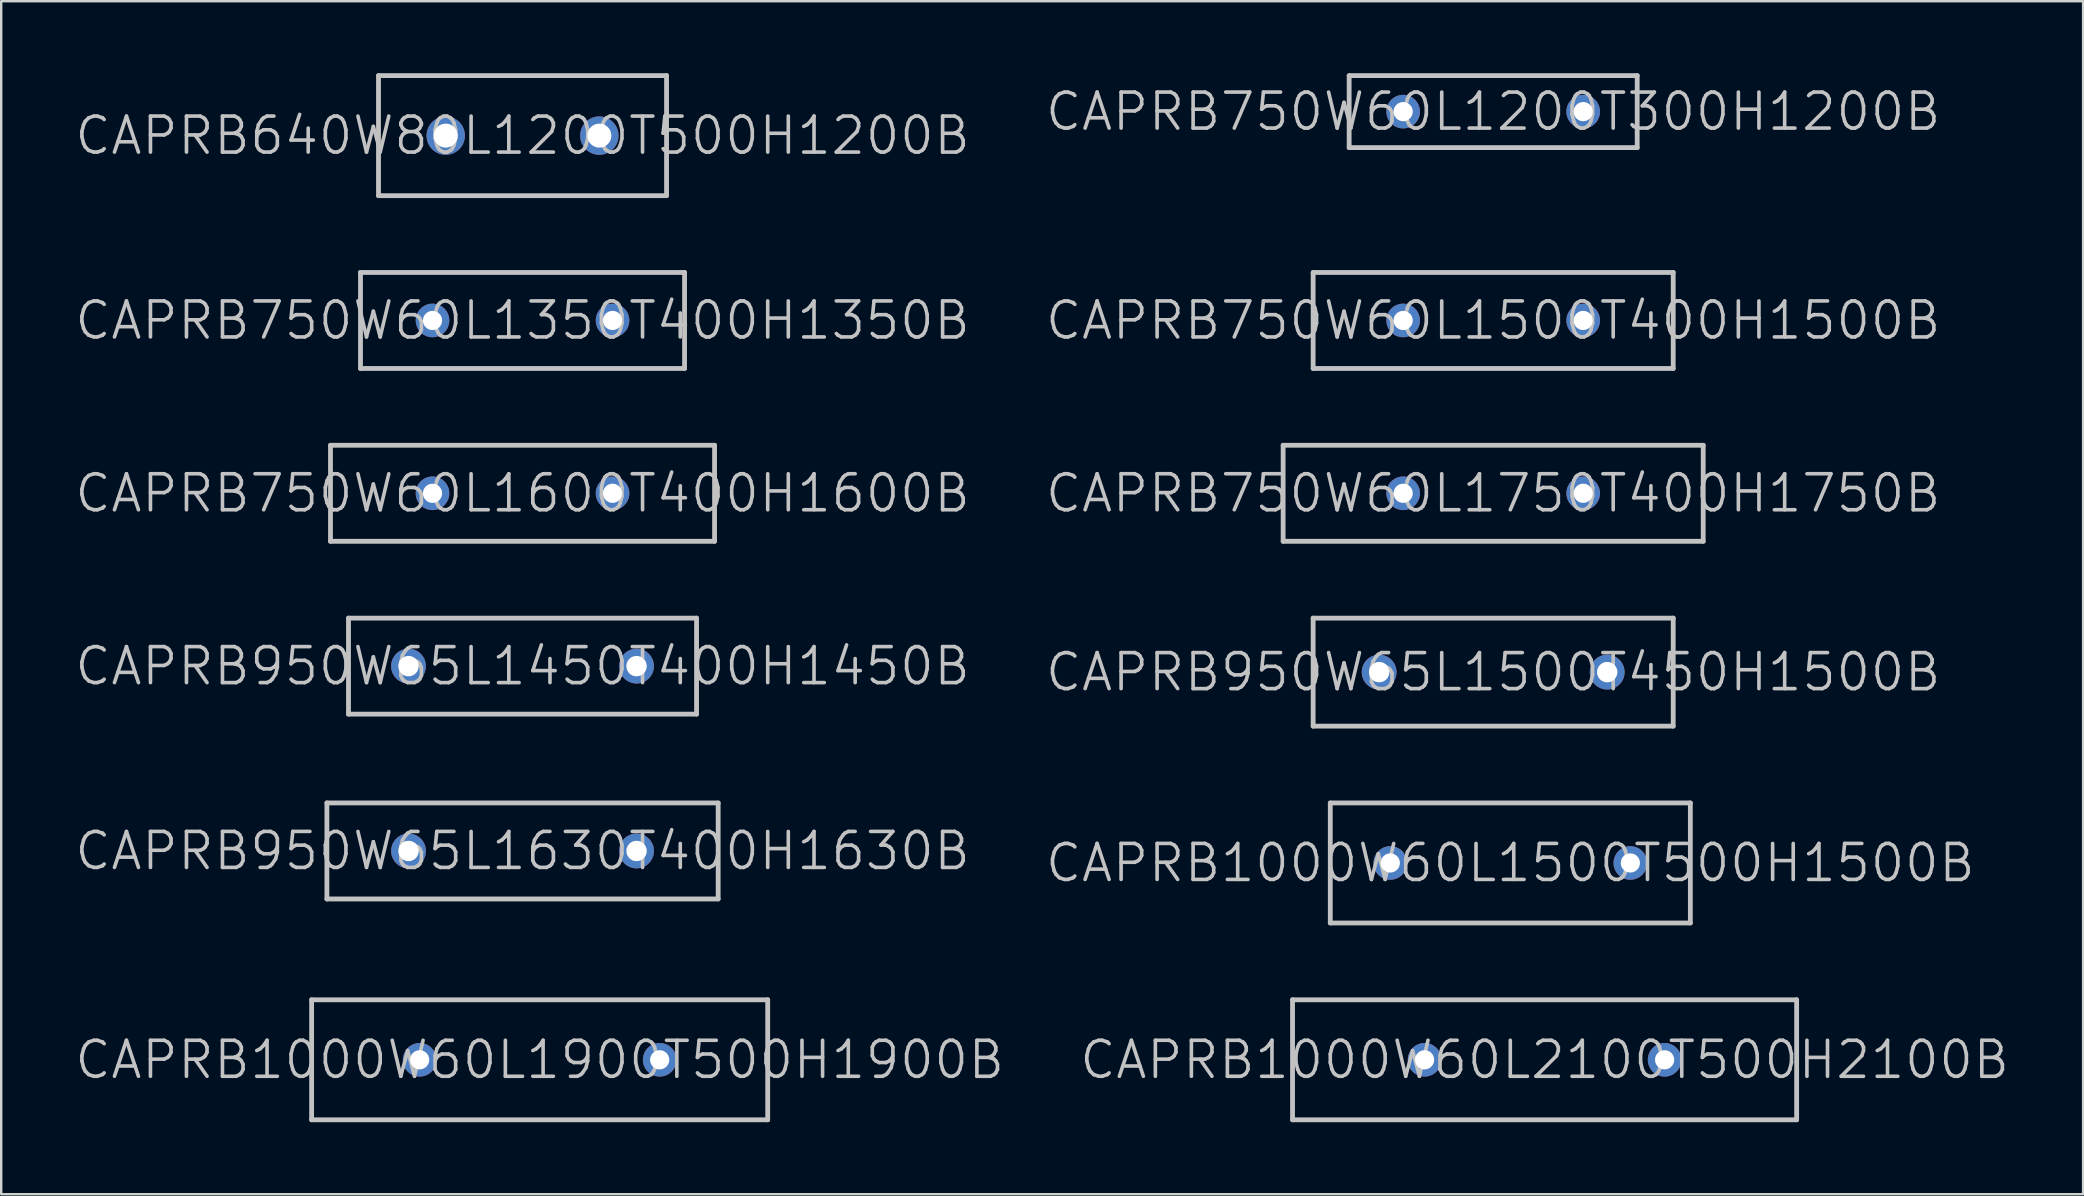
<source format=kicad_pcb>
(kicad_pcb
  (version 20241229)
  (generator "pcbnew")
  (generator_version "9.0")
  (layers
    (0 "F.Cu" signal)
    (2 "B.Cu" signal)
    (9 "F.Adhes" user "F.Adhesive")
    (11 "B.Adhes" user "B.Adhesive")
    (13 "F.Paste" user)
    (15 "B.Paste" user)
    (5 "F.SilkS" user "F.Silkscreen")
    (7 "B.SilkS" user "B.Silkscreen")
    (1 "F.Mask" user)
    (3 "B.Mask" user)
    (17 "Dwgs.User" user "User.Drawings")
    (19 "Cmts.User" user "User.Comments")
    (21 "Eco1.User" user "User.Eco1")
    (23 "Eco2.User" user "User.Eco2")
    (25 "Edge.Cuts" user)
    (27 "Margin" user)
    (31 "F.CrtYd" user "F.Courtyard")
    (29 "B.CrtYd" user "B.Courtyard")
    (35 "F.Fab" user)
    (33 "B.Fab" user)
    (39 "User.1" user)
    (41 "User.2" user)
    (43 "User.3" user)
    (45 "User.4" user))
  (footprint "CAPRB750W60L1350T400H1350B"
    (layer "F.Cu")
    (at 18.718 10.3)
    (property "Reference" "CAPRB750W60L1350T400H1350B" (at 0 0 0) (layer "Dwgs.User") (effects (font (size 1.5 1.5) (thickness 0.15))))
    (attr through_hole)
    (fp_line (start -6.75 -2) (end -6.75 2) (stroke (width 0.2) (type solid)) (layer "Dwgs.User"))
    (fp_line (start -6.75 -2) (end 6.75 -2) (stroke (width 0.2) (type solid)) (layer "Dwgs.User"))
    (fp_line (start -6.75 2) (end 6.75 2) (stroke (width 0.2) (type solid)) (layer "Dwgs.User"))
    (fp_line (start 6.75 -2) (end 6.75 2) (stroke (width 0.2) (type solid)) (layer "Dwgs.User"))
    (pad "1" thru_hole circle (at -3.75 0) (size 1.4 1.4) (drill 0.8) (layers "*.Cu" "*.Mask"))
    (pad "2" thru_hole circle (at 3.75 0) (size 1.4 1.4) (drill 0.8) (layers "*.Cu" "*.Mask")))
  (footprint "CAPRB750W60L1500T400H1500B"
    (layer "F.Cu")
    (at 59.154 10.3)
    (property "Reference" "CAPRB750W60L1500T400H1500B" (at 0 0 0) (layer "Dwgs.User") (effects (font (size 1.5 1.5) (thickness 0.15))))
    (attr through_hole)
    (fp_line (start -7.5 -2) (end -7.5 2) (stroke (width 0.2) (type solid)) (layer "Dwgs.User"))
    (fp_line (start -7.5 -2) (end 7.5 -2) (stroke (width 0.2) (type solid)) (layer "Dwgs.User"))
    (fp_line (start -7.5 2) (end 7.5 2) (stroke (width 0.2) (type solid)) (layer "Dwgs.User"))
    (fp_line (start 7.5 -2) (end 7.5 2) (stroke (width 0.2) (type solid)) (layer "Dwgs.User"))
    (pad "1" thru_hole circle (at -3.75 0) (size 1.4 1.4) (drill 0.8) (layers "*.Cu" "*.Mask"))
    (pad "2" thru_hole circle (at 3.75 0) (size 1.4 1.4) (drill 0.8) (layers "*.Cu" "*.Mask")))
  (footprint "CAPRB750W60L1200T300H1200B"
    (layer "F.Cu")
    (at 59.154 1.6)
    (property "Reference" "CAPRB750W60L1200T300H1200B" (at 0 0 0) (layer "Dwgs.User") (effects (font (size 1.5 1.5) (thickness 0.15))))
    (attr through_hole)
    (fp_line (start -6 -1.5) (end -6 1.5) (stroke (width 0.2) (type solid)) (layer "Dwgs.User"))
    (fp_line (start -6 -1.5) (end 6 -1.5) (stroke (width 0.2) (type solid)) (layer "Dwgs.User"))
    (fp_line (start -6 1.5) (end 6 1.5) (stroke (width 0.2) (type solid)) (layer "Dwgs.User"))
    (fp_line (start 6 -1.5) (end 6 1.5) (stroke (width 0.2) (type solid)) (layer "Dwgs.User"))
    (pad "1" thru_hole circle (at -3.75 0) (size 1.4 1.4) (drill 0.8) (layers "*.Cu" "*.Mask"))
    (pad "2" thru_hole circle (at 3.75 0) (size 1.4 1.4) (drill 0.8) (layers "*.Cu" "*.Mask")))
  (footprint "CAPRB950W65L1500T450H1500B"
    (layer "F.Cu")
    (at 59.154 24.95)
    (property "Reference" "CAPRB950W65L1500T450H1500B" (at 0 0 0) (layer "Dwgs.User") (effects (font (size 1.5 1.5) (thickness 0.15))))
    (attr through_hole)
    (fp_line (start -7.5 -2.25) (end -7.5 2.25) (stroke (width 0.2) (type solid)) (layer "Dwgs.User"))
    (fp_line (start -7.5 -2.25) (end 7.5 -2.25) (stroke (width 0.2) (type solid)) (layer "Dwgs.User"))
    (fp_line (start -7.5 2.25) (end 7.5 2.25) (stroke (width 0.2) (type solid)) (layer "Dwgs.User"))
    (fp_line (start 7.5 -2.25) (end 7.5 2.25) (stroke (width 0.2) (type solid)) (layer "Dwgs.User"))
    (pad "1" thru_hole circle (at -4.75 0) (size 1.45 1.45) (drill 0.85) (layers "*.Cu" "*.Mask"))
    (pad "2" thru_hole circle (at 4.75 0) (size 1.45 1.45) (drill 0.85) (layers "*.Cu" "*.Mask")))
  (footprint "CAPRB750W60L1600T400H1600B"
    (layer "F.Cu")
    (at 18.718 17.5)
    (property "Reference" "CAPRB750W60L1600T400H1600B" (at 0 0 0) (layer "Dwgs.User") (effects (font (size 1.5 1.5) (thickness 0.15))))
    (attr through_hole)
    (fp_line (start -8 -2) (end -8 2) (stroke (width 0.2) (type solid)) (layer "Dwgs.User"))
    (fp_line (start -8 -2) (end 8 -2) (stroke (width 0.2) (type solid)) (layer "Dwgs.User"))
    (fp_line (start -8 2) (end 8 2) (stroke (width 0.2) (type solid)) (layer "Dwgs.User"))
    (fp_line (start 8 -2) (end 8 2) (stroke (width 0.2) (type solid)) (layer "Dwgs.User"))
    (pad "1" thru_hole circle (at -3.75 0) (size 1.4 1.4) (drill 0.8) (layers "*.Cu" "*.Mask"))
    (pad "2" thru_hole circle (at 3.75 0) (size 1.4 1.4) (drill 0.8) (layers "*.Cu" "*.Mask")))
  (footprint "CAPRB1000W60L2100T500H2100B"
    (layer "F.Cu")
    (at 61.296 41.1)
    (property "Reference" "CAPRB1000W60L2100T500H2100B" (at 0 0 0) (layer "Dwgs.User") (effects (font (size 1.5 1.5) (thickness 0.15))))
    (attr through_hole)
    (fp_line (start -10.5 -2.5) (end -10.5 2.5) (stroke (width 0.2) (type solid)) (layer "Dwgs.User"))
    (fp_line (start -10.5 -2.5) (end 10.5 -2.5) (stroke (width 0.2) (type solid)) (layer "Dwgs.User"))
    (fp_line (start -10.5 2.5) (end 10.5 2.5) (stroke (width 0.2) (type solid)) (layer "Dwgs.User"))
    (fp_line (start 10.5 -2.5) (end 10.5 2.5) (stroke (width 0.2) (type solid)) (layer "Dwgs.User"))
    (pad "1" thru_hole circle (at -5 0) (size 1.4 1.4) (drill 0.8) (layers "*.Cu" "*.Mask"))
    (pad "2" thru_hole circle (at 5 0) (size 1.4 1.4) (drill 0.8) (layers "*.Cu" "*.Mask")))
  (footprint "CAPRB950W65L1630T400H1630B"
    (layer "F.Cu")
    (at 18.718 32.4)
    (property "Reference" "CAPRB950W65L1630T400H1630B" (at 0 0 0) (layer "Dwgs.User") (effects (font (size 1.5 1.5) (thickness 0.15))))
    (attr through_hole)
    (fp_line (start -8.15 -2) (end -8.15 2) (stroke (width 0.2) (type solid)) (layer "Dwgs.User"))
    (fp_line (start -8.15 -2) (end 8.15 -2) (stroke (width 0.2) (type solid)) (layer "Dwgs.User"))
    (fp_line (start -8.15 2) (end 8.15 2) (stroke (width 0.2) (type solid)) (layer "Dwgs.User"))
    (fp_line (start 8.15 -2) (end 8.15 2) (stroke (width 0.2) (type solid)) (layer "Dwgs.User"))
    (pad "1" thru_hole circle (at -4.75 0) (size 1.45 1.45) (drill 0.85) (layers "*.Cu" "*.Mask"))
    (pad "2" thru_hole circle (at 4.75 0) (size 1.45 1.45) (drill 0.85) (layers "*.Cu" "*.Mask")))
  (footprint "CAPRB950W65L1450T400H1450B"
    (layer "F.Cu")
    (at 18.718 24.7)
    (property "Reference" "CAPRB950W65L1450T400H1450B" (at 0 0 0) (layer "Dwgs.User") (effects (font (size 1.5 1.5) (thickness 0.15))))
    (attr through_hole)
    (fp_line (start -7.25 -2) (end -7.25 2) (stroke (width 0.2) (type solid)) (layer "Dwgs.User"))
    (fp_line (start -7.25 -2) (end 7.25 -2) (stroke (width 0.2) (type solid)) (layer "Dwgs.User"))
    (fp_line (start -7.25 2) (end 7.25 2) (stroke (width 0.2) (type solid)) (layer "Dwgs.User"))
    (fp_line (start 7.25 -2) (end 7.25 2) (stroke (width 0.2) (type solid)) (layer "Dwgs.User"))
    (pad "1" thru_hole circle (at -4.75 0) (size 1.45 1.45) (drill 0.85) (layers "*.Cu" "*.Mask"))
    (pad "2" thru_hole circle (at 4.75 0) (size 1.45 1.45) (drill 0.85) (layers "*.Cu" "*.Mask")))
  (footprint "CAPRB1000W60L1900T500H1900B"
    (layer "F.Cu")
    (at 19.432 41.1)
    (property "Reference" "CAPRB1000W60L1900T500H1900B" (at 0 0 0) (layer "Dwgs.User") (effects (font (size 1.5 1.5) (thickness 0.15))))
    (attr through_hole)
    (fp_line (start -9.5 -2.5) (end -9.5 2.5) (stroke (width 0.2) (type solid)) (layer "Dwgs.User"))
    (fp_line (start -9.5 -2.5) (end 9.5 -2.5) (stroke (width 0.2) (type solid)) (layer "Dwgs.User"))
    (fp_line (start -9.5 2.5) (end 9.5 2.5) (stroke (width 0.2) (type solid)) (layer "Dwgs.User"))
    (fp_line (start 9.5 -2.5) (end 9.5 2.5) (stroke (width 0.2) (type solid)) (layer "Dwgs.User"))
    (pad "1" thru_hole circle (at -5 0) (size 1.4 1.4) (drill 0.8) (layers "*.Cu" "*.Mask"))
    (pad "2" thru_hole circle (at 5 0) (size 1.4 1.4) (drill 0.8) (layers "*.Cu" "*.Mask")))
  (footprint "CAPRB750W60L1750T400H1750B"
    (layer "F.Cu")
    (at 59.154 17.5)
    (property "Reference" "CAPRB750W60L1750T400H1750B" (at 0 0 0) (layer "Dwgs.User") (effects (font (size 1.5 1.5) (thickness 0.15))))
    (attr through_hole)
    (fp_line (start -8.75 -2) (end -8.75 2) (stroke (width 0.2) (type solid)) (layer "Dwgs.User"))
    (fp_line (start -8.75 -2) (end 8.75 -2) (stroke (width 0.2) (type solid)) (layer "Dwgs.User"))
    (fp_line (start -8.75 2) (end 8.75 2) (stroke (width 0.2) (type solid)) (layer "Dwgs.User"))
    (fp_line (start 8.75 -2) (end 8.75 2) (stroke (width 0.2) (type solid)) (layer "Dwgs.User"))
    (pad "1" thru_hole circle (at -3.75 0) (size 1.4 1.4) (drill 0.8) (layers "*.Cu" "*.Mask"))
    (pad "2" thru_hole circle (at 3.75 0) (size 1.4 1.4) (drill 0.8) (layers "*.Cu" "*.Mask")))
  (footprint "CAPRB1000W60L1500T500H1500B"
    (layer "F.Cu")
    (at 59.868 32.9)
    (property "Reference" "CAPRB1000W60L1500T500H1500B" (at 0 0 0) (layer "Dwgs.User") (effects (font (size 1.5 1.5) (thickness 0.15))))
    (attr through_hole)
    (fp_line (start -7.5 -2.5) (end -7.5 2.5) (stroke (width 0.2) (type solid)) (layer "Dwgs.User"))
    (fp_line (start -7.5 -2.5) (end 7.5 -2.5) (stroke (width 0.2) (type solid)) (layer "Dwgs.User"))
    (fp_line (start -7.5 2.5) (end 7.5 2.5) (stroke (width 0.2) (type solid)) (layer "Dwgs.User"))
    (fp_line (start 7.5 -2.5) (end 7.5 2.5) (stroke (width 0.2) (type solid)) (layer "Dwgs.User"))
    (pad "1" thru_hole circle (at -5 0) (size 1.4 1.4) (drill 0.8) (layers "*.Cu" "*.Mask"))
    (pad "2" thru_hole circle (at 5 0) (size 1.4 1.4) (drill 0.8) (layers "*.Cu" "*.Mask")))
  (footprint "CAPRB640W80L1200T500H1200B"
    (layer "F.Cu")
    (at 18.718 2.6)
    (property "Reference" "CAPRB640W80L1200T500H1200B" (at 0 0 0) (layer "Dwgs.User") (effects (font (size 1.5 1.5) (thickness 0.15))))
    (attr through_hole)
    (fp_line (start -6 -2.5) (end -6 2.5) (stroke (width 0.2) (type solid)) (layer "Dwgs.User"))
    (fp_line (start -6 -2.5) (end 6 -2.5) (stroke (width 0.2) (type solid)) (layer "Dwgs.User"))
    (fp_line (start -6 2.5) (end 6 2.5) (stroke (width 0.2) (type solid)) (layer "Dwgs.User"))
    (fp_line (start 6 -2.5) (end 6 2.5) (stroke (width 0.2) (type solid)) (layer "Dwgs.User"))
    (pad "1" thru_hole circle (at -3.2 0) (size 1.6 1.6) (drill 1) (layers "*.Cu" "*.Mask"))
    (pad "2" thru_hole circle (at 3.2 0) (size 1.6 1.6) (drill 1) (layers "*.Cu" "*.Mask")))
  (gr_rect
    (start -3 -3)
    (end 83.729 46.7)
    (stroke (width 0.1) (type default))
    (fill no)
    (layer "Edge.Cuts")))
</source>
